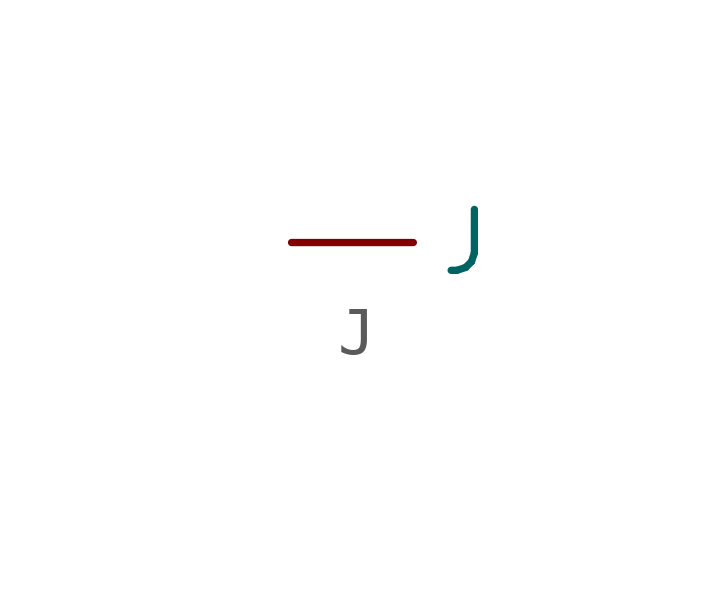
<source format=kicad_sym>
(kicad_symbol_lib
  (version 20241209)
  (generator "kicad_symbol_editor")
  (generator_version "9.0")
  (symbol "J"
    (property "Reference" "U"
      (at 0 0 0)
      (effects (font (size 1.27 1.27)) (hide yes)))
    (property "Value" ""
      (at 0 0 0)
      (effects (font (size 1.27 1.27))))
    (symbol "J_1_1"
      (pin passive line (at 1.27 0 0) (length 2.54) (name "J" (effects (font (size 1.27 1.27)))) (number "" (effects (font (size 1.27 1.27))))))))
</source>
